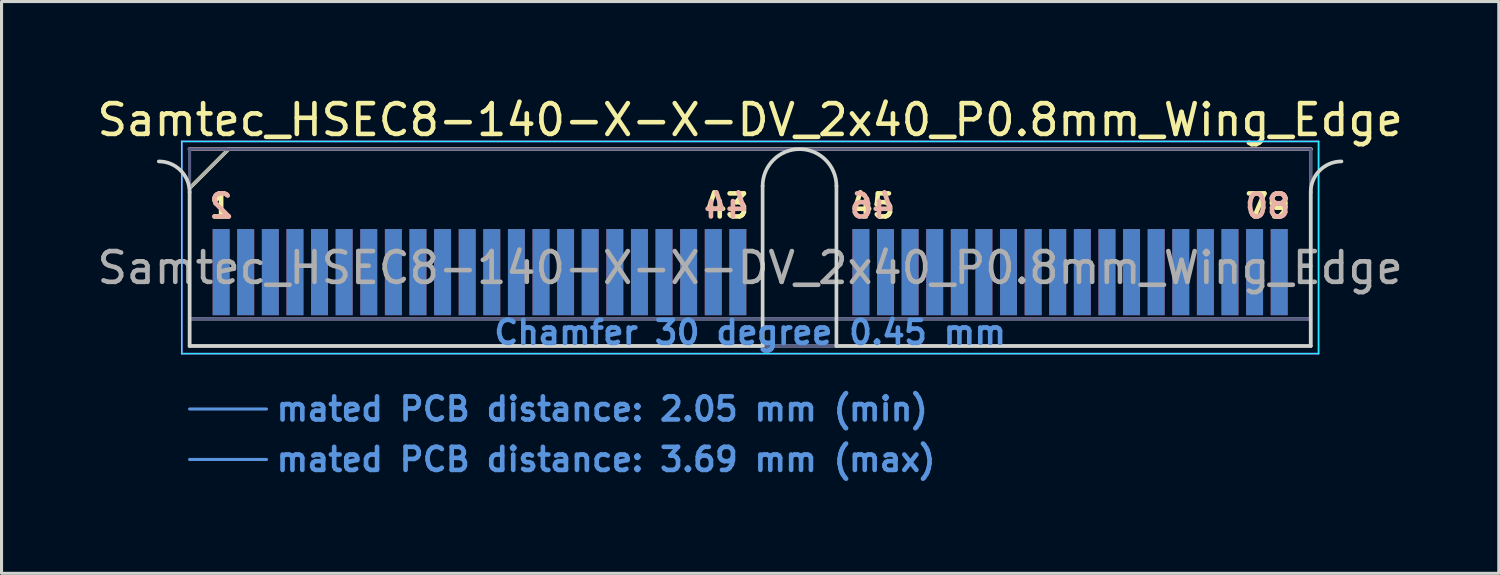
<source format=kicad_pcb>
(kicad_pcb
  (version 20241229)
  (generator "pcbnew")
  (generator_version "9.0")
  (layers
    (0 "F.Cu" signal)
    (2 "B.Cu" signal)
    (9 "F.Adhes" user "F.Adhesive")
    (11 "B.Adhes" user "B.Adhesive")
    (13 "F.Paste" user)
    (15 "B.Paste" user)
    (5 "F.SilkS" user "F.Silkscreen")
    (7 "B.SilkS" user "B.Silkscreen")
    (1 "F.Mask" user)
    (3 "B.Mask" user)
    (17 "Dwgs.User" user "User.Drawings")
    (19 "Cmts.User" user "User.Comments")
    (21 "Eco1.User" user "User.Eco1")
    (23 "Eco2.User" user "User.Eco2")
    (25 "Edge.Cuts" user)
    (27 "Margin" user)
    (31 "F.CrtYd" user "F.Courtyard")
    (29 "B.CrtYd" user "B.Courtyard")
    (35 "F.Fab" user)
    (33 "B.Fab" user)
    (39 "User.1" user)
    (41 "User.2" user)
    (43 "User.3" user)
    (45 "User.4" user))
  (footprint "Samtec_HSEC8-140-X-X-DV_2x40_P0.8mm_Wing_Edge"
    (layer "F.Cu")
    (at 21.339 8.198)
    (property "Reference" "Samtec_HSEC8-140-X-X-DV_2x40_P0.8mm_Wing_Edge" (at 0 -7.35 0) (layer "F.SilkS") (effects (font (size 1 1) (thickness 0.15))))
    (attr exclude_from_pos_files exclude_from_bom)
    (fp_line (start -18.225 -5.13) (end -16.955 -6.4) (stroke (width 0.12) (type solid)) (layer "F.SilkS"))
    (fp_line (start -16.955 -6.4) (end 18.225 -6.4) (stroke (width 0.12) (type solid)) (layer "F.SilkS"))
    (fp_line (start -18.225 -6.4) (end -18.225 -6.4) (stroke (width 0.12) (type solid)) (layer "B.SilkS"))
    (fp_line (start -18.225 -6.4) (end 18.225 -6.4) (stroke (width 0.12) (type solid)) (layer "B.SilkS"))
    (fp_line (start -18.225 2.05) (end -15.725 2.05) (stroke (width 0.1) (type solid)) (layer "Cmts.User"))
    (fp_line (start -18.225 3.69) (end -15.725 3.69) (stroke (width 0.1) (type solid)) (layer "Cmts.User"))
    (fp_line (start -18.225 -5) (end -18.225 0) (stroke (width 0.12) (type solid)) (layer "Edge.Cuts"))
    (fp_line (start -18.225 0) (end 0.405 0) (stroke (width 0.12) (type solid)) (layer "Edge.Cuts"))
    (fp_line (start 0.405 0) (end 0.405 -5.2) (stroke (width 0.12) (type solid)) (layer "Edge.Cuts"))
    (fp_line (start 2.805 -5.2) (end 2.805 0) (stroke (width 0.12) (type solid)) (layer "Edge.Cuts"))
    (fp_line (start 2.805 0) (end 18.225 0) (stroke (width 0.12) (type solid)) (layer "Edge.Cuts"))
    (fp_line (start 18.225 0) (end 18.225 -5) (stroke (width 0.12) (type solid)) (layer "Edge.Cuts"))
    (fp_arc (start -19.225 -6) (mid -18.517893 -5.707107) (end -18.225 -5) (stroke (width 0.12) (type solid)) (layer "Edge.Cuts"))
    (fp_arc (start 0.405 -5.2) (mid 1.605 -6.4) (end 2.805 -5.2) (stroke (width 0.12) (type solid)) (layer "Edge.Cuts"))
    (fp_arc (start 18.225 -5) (mid 18.517893 -5.707107) (end 19.225 -6) (stroke (width 0.12) (type solid)) (layer "Edge.Cuts"))
    (fp_line (start -18.48 -6.65) (end -18.48 0.25) (stroke (width 0.05) (type solid)) (layer "B.CrtYd"))
    (fp_line (start -18.48 0.25) (end 18.48 0.25) (stroke (width 0.05) (type solid)) (layer "B.CrtYd"))
    (fp_line (start 18.48 -6.65) (end -18.48 -6.65) (stroke (width 0.05) (type solid)) (layer "B.CrtYd"))
    (fp_line (start 18.48 0.25) (end 18.48 -6.65) (stroke (width 0.05) (type solid)) (layer "B.CrtYd"))
    (fp_line (start -18.48 -6.65) (end -18.48 0.25) (stroke (width 0.05) (type solid)) (layer "F.CrtYd"))
    (fp_line (start -18.48 0.25) (end 18.48 0.25) (stroke (width 0.05) (type solid)) (layer "F.CrtYd"))
    (fp_line (start 18.48 -6.65) (end -18.48 -6.65) (stroke (width 0.05) (type solid)) (layer "F.CrtYd"))
    (fp_line (start 18.48 0.25) (end 18.48 -6.65) (stroke (width 0.05) (type solid)) (layer "F.CrtYd"))
    (fp_line (start -18.225 -6.4) (end -18.225 -6.4) (stroke (width 0.1) (type solid)) (layer "B.Fab"))
    (fp_line (start -18.225 -6.4) (end -18.225 0) (stroke (width 0.1) (type solid)) (layer "B.Fab"))
    (fp_line (start -18.225 -6.4) (end 18.225 -6.4) (stroke (width 0.1) (type solid)) (layer "B.Fab"))
    (fp_line (start -18.225 -0.88) (end 18.225 -0.88) (stroke (width 0.1) (type solid)) (layer "B.Fab"))
    (fp_line (start -18.225 0) (end 18.225 0) (stroke (width 0.1) (type solid)) (layer "B.Fab"))
    (fp_line (start 18.225 -6.4) (end 18.225 0) (stroke (width 0.1) (type solid)) (layer "B.Fab"))
    (fp_line (start -18.225 -5.13) (end -18.225 0) (stroke (width 0.1) (type solid)) (layer "F.Fab"))
    (fp_line (start -18.225 -5.13) (end -16.955 -6.4) (stroke (width 0.1) (type solid)) (layer "F.Fab"))
    (fp_line (start -18.225 -0.88) (end 18.225 -0.88) (stroke (width 0.1) (type solid)) (layer "F.Fab"))
    (fp_line (start -18.225 0) (end 18.225 0) (stroke (width 0.1) (type solid)) (layer "F.Fab"))
    (fp_line (start -16.955 -6.4) (end 18.225 -6.4) (stroke (width 0.1) (type solid)) (layer "F.Fab"))
    (fp_line (start 18.225 -6.4) (end 18.225 0) (stroke (width 0.1) (type solid)) (layer "F.Fab"))
    (fp_text user "1" (at -17.2 -4.55 0) (layer "F.SilkS") (effects (font (size 0.75 0.75) (thickness 0.15))))
    (fp_text user "43" (at -0.775 -4.55 0) (layer "F.SilkS") (effects (font (size 0.75 0.75) (thickness 0.15))))
    (fp_text user "79" (at 16.825 -4.55 0) (layer "F.SilkS") (effects (font (size 0.75 0.75) (thickness 0.15))))
    (fp_text user "45" (at 3.975 -4.55 0) (layer "F.SilkS") (effects (font (size 0.75 0.75) (thickness 0.15))))
    (fp_text user "80" (at 16.825 -4.55 0) (layer "B.SilkS") (effects (font (size 0.75 0.75) (thickness 0.15)) (justify mirror)))
    (fp_text user "44" (at -0.775 -4.55 0) (layer "B.SilkS") (effects (font (size 0.75 0.75) (thickness 0.15)) (justify mirror)))
    (fp_text user "2" (at -17.2 -4.55 0) (layer "B.SilkS") (effects (font (size 0.75 0.75) (thickness 0.15)) (justify mirror)))
    (fp_text user "46" (at 3.975 -4.55 0) (layer "B.SilkS") (effects (font (size 0.75 0.75) (thickness 0.15)) (justify mirror)))
    (fp_text user "mated PCB distance: 3.69 mm (max)" (at -15.48 3.69 0) (layer "Cmts.User") (effects (font (size 0.75 0.75) (thickness 0.15)) (justify left)))
    (fp_text user "mated PCB distance: 2.05 mm (min)" (at -15.48 2.05 0) (layer "Cmts.User") (effects (font (size 0.75 0.75) (thickness 0.15)) (justify left)))
    (fp_text user "Chamfer 30 degree 0.45 mm" (at 0 -0.44 0) (layer "Cmts.User") (effects (font (size 0.75 0.75) (thickness 0.15))))
    (fp_text user "${REFERENCE}" (at 0 -2.54 0) (layer "F.Fab") (effects (font (size 1 1) (thickness 0.15))))
    (pad "1" connect rect (at -17.2 -2.4) (size 0.55 2.8) (layers "F.Cu" "F.Mask"))
    (pad "2" connect rect (at -17.2 -2.4) (size 0.55 2.8) (layers "B.Cu" "B.Mask"))
    (pad "3" connect rect (at -16.4 -2.4) (size 0.55 2.8) (layers "F.Cu" "F.Mask"))
    (pad "4" connect rect (at -16.4 -2.4) (size 0.55 2.8) (layers "B.Cu" "B.Mask"))
    (pad "5" connect rect (at -15.6 -2.4) (size 0.55 2.8) (layers "F.Cu" "F.Mask"))
    (pad "6" connect rect (at -15.6 -2.4) (size 0.55 2.8) (layers "B.Cu" "B.Mask"))
    (pad "7" connect rect (at -14.8 -2.4) (size 0.55 2.8) (layers "F.Cu" "F.Mask"))
    (pad "8" connect rect (at -14.8 -2.4) (size 0.55 2.8) (layers "B.Cu" "B.Mask"))
    (pad "9" connect rect (at -14 -2.4) (size 0.55 2.8) (layers "F.Cu" "F.Mask"))
    (pad "10" connect rect (at -14 -2.4) (size 0.55 2.8) (layers "B.Cu" "B.Mask"))
    (pad "11" connect rect (at -13.2 -2.4) (size 0.55 2.8) (layers "F.Cu" "F.Mask"))
    (pad "12" connect rect (at -13.2 -2.4) (size 0.55 2.8) (layers "B.Cu" "B.Mask"))
    (pad "13" connect rect (at -12.4 -2.4) (size 0.55 2.8) (layers "F.Cu" "F.Mask"))
    (pad "14" connect rect (at -12.4 -2.4) (size 0.55 2.8) (layers "B.Cu" "B.Mask"))
    (pad "15" connect rect (at -11.6 -2.4) (size 0.55 2.8) (layers "F.Cu" "F.Mask"))
    (pad "16" connect rect (at -11.6 -2.4) (size 0.55 2.8) (layers "B.Cu" "B.Mask"))
    (pad "17" connect rect (at -10.8 -2.4) (size 0.55 2.8) (layers "F.Cu" "F.Mask"))
    (pad "18" connect rect (at -10.8 -2.4) (size 0.55 2.8) (layers "B.Cu" "B.Mask"))
    (pad "19" connect rect (at -10 -2.4) (size 0.55 2.8) (layers "F.Cu" "F.Mask"))
    (pad "20" connect rect (at -10 -2.4) (size 0.55 2.8) (layers "B.Cu" "B.Mask"))
    (pad "21" connect rect (at -9.2 -2.4) (size 0.55 2.8) (layers "F.Cu" "F.Mask"))
    (pad "22" connect rect (at -9.2 -2.4) (size 0.55 2.8) (layers "B.Cu" "B.Mask"))
    (pad "23" connect rect (at -8.4 -2.4) (size 0.55 2.8) (layers "F.Cu" "F.Mask"))
    (pad "24" connect rect (at -8.4 -2.4) (size 0.55 2.8) (layers "B.Cu" "B.Mask"))
    (pad "25" connect rect (at -7.6 -2.4) (size 0.55 2.8) (layers "F.Cu" "F.Mask"))
    (pad "26" connect rect (at -7.6 -2.4) (size 0.55 2.8) (layers "B.Cu" "B.Mask"))
    (pad "27" connect rect (at -6.8 -2.4) (size 0.55 2.8) (layers "F.Cu" "F.Mask"))
    (pad "28" connect rect (at -6.8 -2.4) (size 0.55 2.8) (layers "B.Cu" "B.Mask"))
    (pad "29" connect rect (at -6 -2.4) (size 0.55 2.8) (layers "F.Cu" "F.Mask"))
    (pad "30" connect rect (at -6 -2.4) (size 0.55 2.8) (layers "B.Cu" "B.Mask"))
    (pad "31" connect rect (at -5.2 -2.4) (size 0.55 2.8) (layers "F.Cu" "F.Mask"))
    (pad "32" connect rect (at -5.2 -2.4) (size 0.55 2.8) (layers "B.Cu" "B.Mask"))
    (pad "33" connect rect (at -4.4 -2.4) (size 0.55 2.8) (layers "F.Cu" "F.Mask"))
    (pad "34" connect rect (at -4.4 -2.4) (size 0.55 2.8) (layers "B.Cu" "B.Mask"))
    (pad "35" connect rect (at -3.6 -2.4) (size 0.55 2.8) (layers "F.Cu" "F.Mask"))
    (pad "36" connect rect (at -3.6 -2.4) (size 0.55 2.8) (layers "B.Cu" "B.Mask"))
    (pad "37" connect rect (at -2.8 -2.4) (size 0.55 2.8) (layers "F.Cu" "F.Mask"))
    (pad "38" connect rect (at -2.8 -2.4) (size 0.55 2.8) (layers "B.Cu" "B.Mask"))
    (pad "39" connect rect (at -2 -2.4) (size 0.55 2.8) (layers "F.Cu" "F.Mask"))
    (pad "40" connect rect (at -2 -2.4) (size 0.55 2.8) (layers "B.Cu" "B.Mask"))
    (pad "41" connect rect (at -1.2 -2.4) (size 0.55 2.8) (layers "F.Cu" "F.Mask"))
    (pad "42" connect rect (at -1.2 -2.4) (size 0.55 2.8) (layers "B.Cu" "B.Mask"))
    (pad "43" connect rect (at -0.4 -2.4) (size 0.55 2.8) (layers "F.Cu" "F.Mask"))
    (pad "44" connect rect (at -0.4 -2.4) (size 0.55 2.8) (layers "B.Cu" "B.Mask"))
    (pad "45" connect rect (at 3.6 -2.4) (size 0.55 2.8) (layers "F.Cu" "F.Mask"))
    (pad "46" connect rect (at 3.6 -2.4) (size 0.55 2.8) (layers "B.Cu" "B.Mask"))
    (pad "47" connect rect (at 4.4 -2.4) (size 0.55 2.8) (layers "F.Cu" "F.Mask"))
    (pad "48" connect rect (at 4.4 -2.4) (size 0.55 2.8) (layers "B.Cu" "B.Mask"))
    (pad "49" connect rect (at 5.2 -2.4) (size 0.55 2.8) (layers "F.Cu" "F.Mask"))
    (pad "50" connect rect (at 5.2 -2.4) (size 0.55 2.8) (layers "B.Cu" "B.Mask"))
    (pad "51" connect rect (at 6 -2.4) (size 0.55 2.8) (layers "F.Cu" "F.Mask"))
    (pad "52" connect rect (at 6 -2.4) (size 0.55 2.8) (layers "B.Cu" "B.Mask"))
    (pad "53" connect rect (at 6.8 -2.4) (size 0.55 2.8) (layers "F.Cu" "F.Mask"))
    (pad "54" connect rect (at 6.8 -2.4) (size 0.55 2.8) (layers "B.Cu" "B.Mask"))
    (pad "55" connect rect (at 7.6 -2.4) (size 0.55 2.8) (layers "F.Cu" "F.Mask"))
    (pad "56" connect rect (at 7.6 -2.4) (size 0.55 2.8) (layers "B.Cu" "B.Mask"))
    (pad "57" connect rect (at 8.4 -2.4) (size 0.55 2.8) (layers "F.Cu" "F.Mask"))
    (pad "58" connect rect (at 8.4 -2.4) (size 0.55 2.8) (layers "B.Cu" "B.Mask"))
    (pad "59" connect rect (at 9.2 -2.4) (size 0.55 2.8) (layers "F.Cu" "F.Mask"))
    (pad "60" connect rect (at 9.2 -2.4) (size 0.55 2.8) (layers "B.Cu" "B.Mask"))
    (pad "61" connect rect (at 10 -2.4) (size 0.55 2.8) (layers "F.Cu" "F.Mask"))
    (pad "62" connect rect (at 10 -2.4) (size 0.55 2.8) (layers "B.Cu" "B.Mask"))
    (pad "63" connect rect (at 10.8 -2.4) (size 0.55 2.8) (layers "F.Cu" "F.Mask"))
    (pad "64" connect rect (at 10.8 -2.4) (size 0.55 2.8) (layers "B.Cu" "B.Mask"))
    (pad "65" connect rect (at 11.6 -2.4) (size 0.55 2.8) (layers "F.Cu" "F.Mask"))
    (pad "66" connect rect (at 11.6 -2.4) (size 0.55 2.8) (layers "B.Cu" "B.Mask"))
    (pad "67" connect rect (at 12.4 -2.4) (size 0.55 2.8) (layers "F.Cu" "F.Mask"))
    (pad "68" connect rect (at 12.4 -2.4) (size 0.55 2.8) (layers "B.Cu" "B.Mask"))
    (pad "69" connect rect (at 13.2 -2.4) (size 0.55 2.8) (layers "F.Cu" "F.Mask"))
    (pad "70" connect rect (at 13.2 -2.4) (size 0.55 2.8) (layers "B.Cu" "B.Mask"))
    (pad "71" connect rect (at 14 -2.4) (size 0.55 2.8) (layers "F.Cu" "F.Mask"))
    (pad "72" connect rect (at 14 -2.4) (size 0.55 2.8) (layers "B.Cu" "B.Mask"))
    (pad "73" connect rect (at 14.8 -2.4) (size 0.55 2.8) (layers "F.Cu" "F.Mask"))
    (pad "74" connect rect (at 14.8 -2.4) (size 0.55 2.8) (layers "B.Cu" "B.Mask"))
    (pad "75" connect rect (at 15.6 -2.4) (size 0.55 2.8) (layers "F.Cu" "F.Mask"))
    (pad "76" connect rect (at 15.6 -2.4) (size 0.55 2.8) (layers "B.Cu" "B.Mask"))
    (pad "77" connect rect (at 16.4 -2.4) (size 0.55 2.8) (layers "F.Cu" "F.Mask"))
    (pad "78" connect rect (at 16.4 -2.4) (size 0.55 2.8) (layers "B.Cu" "B.Mask"))
    (pad "79" connect rect (at 17.2 -2.4) (size 0.55 2.8) (layers "F.Cu" "F.Mask"))
    (pad "80" connect rect (at 17.2 -2.4) (size 0.55 2.8) (layers "B.Cu" "B.Mask")))
  (gr_rect
    (start -3 -3)
    (end 45.679 15.59)
    (stroke (width 0.1) (type default))
    (fill no)
    (layer "Edge.Cuts")))
</source>
